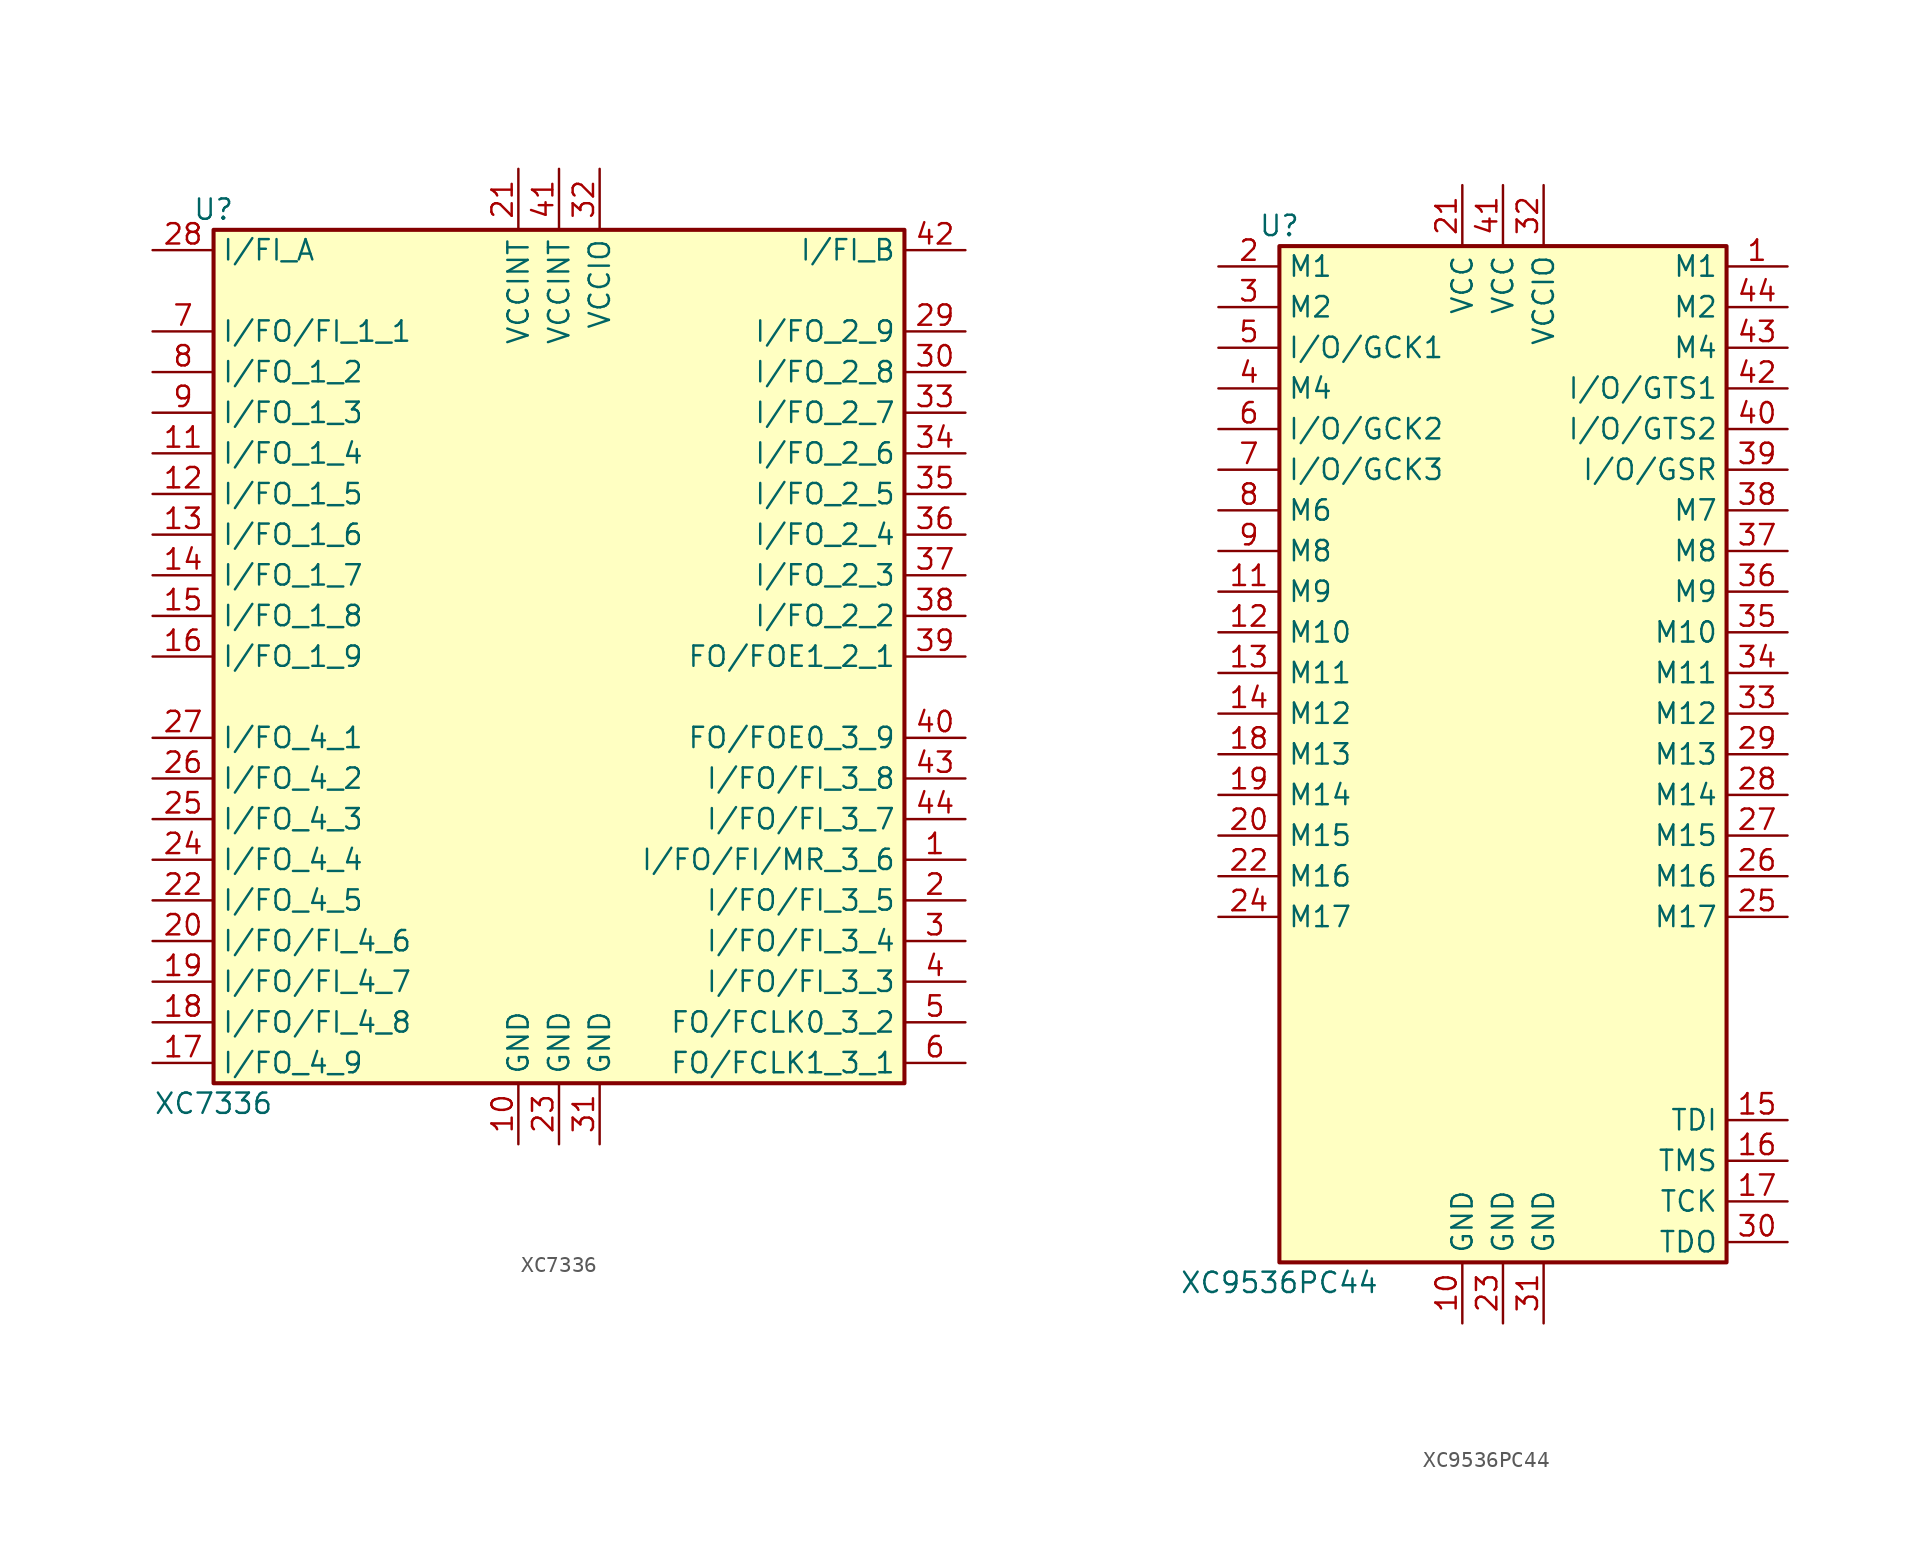
<source format=kicad_sym>
(kicad_symbol_lib
  (version 20201005)
  (generator kicad_symbol_editor)
  (symbol "XC7336"
    (property "Reference" "U"
      (at -21.59 27.94 0)
      (effects (font (size 1.27 1.27))))
    (property "Value" "XC7336"
      (at -21.59 -27.94 0)
      (effects (font (size 1.27 1.27))))
    (symbol "XC7336_1_1"
      (rectangle (start -21.59 26.67) (end 21.59 -26.67) (stroke (width 0.254)) (fill (type background)))
      (pin bidirectional line (at 25.4 -12.7 180) (length 3.81) (name "I/FO/FI/MR_3_6" (effects (font (size 1.27 1.27)))) (number "1" (effects (font (size 1.27 1.27)))))
      (pin power_in line (at -2.54 -30.48 90) (length 3.81) (name "GND" (effects (font (size 1.27 1.27)))) (number "10" (effects (font (size 1.27 1.27)))))
      (pin bidirectional line (at -25.4 12.7 0) (length 3.81) (name "I/FO_1_4" (effects (font (size 1.27 1.27)))) (number "11" (effects (font (size 1.27 1.27)))))
      (pin bidirectional line (at -25.4 10.16 0) (length 3.81) (name "I/FO_1_5" (effects (font (size 1.27 1.27)))) (number "12" (effects (font (size 1.27 1.27)))))
      (pin bidirectional line (at -25.4 7.62 0) (length 3.81) (name "I/FO_1_6" (effects (font (size 1.27 1.27)))) (number "13" (effects (font (size 1.27 1.27)))))
      (pin bidirectional line (at -25.4 5.08 0) (length 3.81) (name "I/FO_1_7" (effects (font (size 1.27 1.27)))) (number "14" (effects (font (size 1.27 1.27)))))
      (pin bidirectional line (at -25.4 2.54 0) (length 3.81) (name "I/FO_1_8" (effects (font (size 1.27 1.27)))) (number "15" (effects (font (size 1.27 1.27)))))
      (pin bidirectional line (at -25.4 0 0) (length 3.81) (name "I/FO_1_9" (effects (font (size 1.27 1.27)))) (number "16" (effects (font (size 1.27 1.27)))))
      (pin bidirectional line (at -25.4 -25.4 0) (length 3.81) (name "I/FO_4_9" (effects (font (size 1.27 1.27)))) (number "17" (effects (font (size 1.27 1.27)))))
      (pin bidirectional line (at -25.4 -22.86 0) (length 3.81) (name "I/FO/FI_4_8" (effects (font (size 1.27 1.27)))) (number "18" (effects (font (size 1.27 1.27)))))
      (pin bidirectional line (at -25.4 -20.32 0) (length 3.81) (name "I/FO/FI_4_7" (effects (font (size 1.27 1.27)))) (number "19" (effects (font (size 1.27 1.27)))))
      (pin bidirectional line (at 25.4 -15.24 180) (length 3.81) (name "I/FO/FI_3_5" (effects (font (size 1.27 1.27)))) (number "2" (effects (font (size 1.27 1.27)))))
      (pin bidirectional line (at -25.4 -17.78 0) (length 3.81) (name "I/FO/FI_4_6" (effects (font (size 1.27 1.27)))) (number "20" (effects (font (size 1.27 1.27)))))
      (pin power_in line (at -2.54 30.48 270) (length 3.81) (name "VCCINT" (effects (font (size 1.27 1.27)))) (number "21" (effects (font (size 1.27 1.27)))))
      (pin bidirectional line (at -25.4 -15.24 0) (length 3.81) (name "I/FO_4_5" (effects (font (size 1.27 1.27)))) (number "22" (effects (font (size 1.27 1.27)))))
      (pin power_in line (at 0 -30.48 90) (length 3.81) (name "GND" (effects (font (size 1.27 1.27)))) (number "23" (effects (font (size 1.27 1.27)))))
      (pin bidirectional line (at -25.4 -12.7 0) (length 3.81) (name "I/FO_4_4" (effects (font (size 1.27 1.27)))) (number "24" (effects (font (size 1.27 1.27)))))
      (pin bidirectional line (at -25.4 -10.16 0) (length 3.81) (name "I/FO_4_3" (effects (font (size 1.27 1.27)))) (number "25" (effects (font (size 1.27 1.27)))))
      (pin bidirectional line (at -25.4 -7.62 0) (length 3.81) (name "I/FO_4_2" (effects (font (size 1.27 1.27)))) (number "26" (effects (font (size 1.27 1.27)))))
      (pin bidirectional line (at -25.4 -5.08 0) (length 3.81) (name "I/FO_4_1" (effects (font (size 1.27 1.27)))) (number "27" (effects (font (size 1.27 1.27)))))
      (pin bidirectional line (at -25.4 25.4 0) (length 3.81) (name "I/FI_A" (effects (font (size 1.27 1.27)))) (number "28" (effects (font (size 1.27 1.27)))))
      (pin bidirectional line (at 25.4 20.32 180) (length 3.81) (name "I/FO_2_9" (effects (font (size 1.27 1.27)))) (number "29" (effects (font (size 1.27 1.27)))))
      (pin bidirectional line (at 25.4 -17.78 180) (length 3.81) (name "I/FO/FI_3_4" (effects (font (size 1.27 1.27)))) (number "3" (effects (font (size 1.27 1.27)))))
      (pin bidirectional line (at 25.4 17.78 180) (length 3.81) (name "I/FO_2_8" (effects (font (size 1.27 1.27)))) (number "30" (effects (font (size 1.27 1.27)))))
      (pin power_in line (at 2.54 -30.48 90) (length 3.81) (name "GND" (effects (font (size 1.27 1.27)))) (number "31" (effects (font (size 1.27 1.27)))))
      (pin power_in line (at 2.54 30.48 270) (length 3.81) (name "VCCIO" (effects (font (size 1.27 1.27)))) (number "32" (effects (font (size 1.27 1.27)))))
      (pin bidirectional line (at 25.4 15.24 180) (length 3.81) (name "I/FO_2_7" (effects (font (size 1.27 1.27)))) (number "33" (effects (font (size 1.27 1.27)))))
      (pin bidirectional line (at 25.4 12.7 180) (length 3.81) (name "I/FO_2_6" (effects (font (size 1.27 1.27)))) (number "34" (effects (font (size 1.27 1.27)))))
      (pin bidirectional line (at 25.4 10.16 180) (length 3.81) (name "I/FO_2_5" (effects (font (size 1.27 1.27)))) (number "35" (effects (font (size 1.27 1.27)))))
      (pin bidirectional line (at 25.4 7.62 180) (length 3.81) (name "I/FO_2_4" (effects (font (size 1.27 1.27)))) (number "36" (effects (font (size 1.27 1.27)))))
      (pin bidirectional line (at 25.4 5.08 180) (length 3.81) (name "I/FO_2_3" (effects (font (size 1.27 1.27)))) (number "37" (effects (font (size 1.27 1.27)))))
      (pin bidirectional line (at 25.4 2.54 180) (length 3.81) (name "I/FO_2_2" (effects (font (size 1.27 1.27)))) (number "38" (effects (font (size 1.27 1.27)))))
      (pin bidirectional line (at 25.4 0 180) (length 3.81) (name "FO/FOE1_2_1" (effects (font (size 1.27 1.27)))) (number "39" (effects (font (size 1.27 1.27)))))
      (pin bidirectional line (at 25.4 -20.32 180) (length 3.81) (name "I/FO/FI_3_3" (effects (font (size 1.27 1.27)))) (number "4" (effects (font (size 1.27 1.27)))))
      (pin bidirectional line (at 25.4 -5.08 180) (length 3.81) (name "FO/FOE0_3_9" (effects (font (size 1.27 1.27)))) (number "40" (effects (font (size 1.27 1.27)))))
      (pin power_in line (at 0 30.48 270) (length 3.81) (name "VCCINT" (effects (font (size 1.27 1.27)))) (number "41" (effects (font (size 1.27 1.27)))))
      (pin bidirectional line (at 25.4 25.4 180) (length 3.81) (name "I/FI_B" (effects (font (size 1.27 1.27)))) (number "42" (effects (font (size 1.27 1.27)))))
      (pin bidirectional line (at 25.4 -7.62 180) (length 3.81) (name "I/FO/FI_3_8" (effects (font (size 1.27 1.27)))) (number "43" (effects (font (size 1.27 1.27)))))
      (pin bidirectional line (at 25.4 -10.16 180) (length 3.81) (name "I/FO/FI_3_7" (effects (font (size 1.27 1.27)))) (number "44" (effects (font (size 1.27 1.27)))))
      (pin bidirectional line (at 25.4 -22.86 180) (length 3.81) (name "FO/FCLK0_3_2" (effects (font (size 1.27 1.27)))) (number "5" (effects (font (size 1.27 1.27)))))
      (pin bidirectional line (at 25.4 -25.4 180) (length 3.81) (name "FO/FCLK1_3_1" (effects (font (size 1.27 1.27)))) (number "6" (effects (font (size 1.27 1.27)))))
      (pin bidirectional line (at -25.4 20.32 0) (length 3.81) (name "I/FO/FI_1_1" (effects (font (size 1.27 1.27)))) (number "7" (effects (font (size 1.27 1.27)))))
      (pin bidirectional line (at -25.4 17.78 0) (length 3.81) (name "I/FO_1_2" (effects (font (size 1.27 1.27)))) (number "8" (effects (font (size 1.27 1.27)))))
      (pin bidirectional line (at -25.4 15.24 0) (length 3.81) (name "I/FO_1_3" (effects (font (size 1.27 1.27)))) (number "9" (effects (font (size 1.27 1.27)))))))
  (symbol "XC9536PC44"
    (property "Reference" "U"
      (at -13.97 33.02 0)
      (effects (font (size 1.27 1.27))))
    (property "Value" "XC9536PC44"
      (at -13.97 -33.02 0)
      (effects (font (size 1.27 1.27))))
    (symbol "XC9536PC44_1_1"
      (rectangle (start -13.97 31.75) (end 13.97 -31.75) (stroke (width 0.254)) (fill (type background)))
      (pin bidirectional line (at 17.78 30.48 180) (length 3.81) (name "M1" (effects (font (size 1.27 1.27)))) (number "1" (effects (font (size 1.27 1.27)))))
      (pin power_in line (at -2.54 -35.56 90) (length 3.81) (name "GND" (effects (font (size 1.27 1.27)))) (number "10" (effects (font (size 1.27 1.27)))))
      (pin bidirectional line (at -17.78 10.16 0) (length 3.81) (name "M9" (effects (font (size 1.27 1.27)))) (number "11" (effects (font (size 1.27 1.27)))))
      (pin bidirectional line (at -17.78 7.62 0) (length 3.81) (name "M10" (effects (font (size 1.27 1.27)))) (number "12" (effects (font (size 1.27 1.27)))))
      (pin bidirectional line (at -17.78 5.08 0) (length 3.81) (name "M11" (effects (font (size 1.27 1.27)))) (number "13" (effects (font (size 1.27 1.27)))))
      (pin bidirectional line (at -17.78 2.54 0) (length 3.81) (name "M12" (effects (font (size 1.27 1.27)))) (number "14" (effects (font (size 1.27 1.27)))))
      (pin input line (at 17.78 -22.86 180) (length 3.81) (name "TDI" (effects (font (size 1.27 1.27)))) (number "15" (effects (font (size 1.27 1.27)))))
      (pin input line (at 17.78 -25.4 180) (length 3.81) (name "TMS" (effects (font (size 1.27 1.27)))) (number "16" (effects (font (size 1.27 1.27)))))
      (pin input line (at 17.78 -27.94 180) (length 3.81) (name "TCK" (effects (font (size 1.27 1.27)))) (number "17" (effects (font (size 1.27 1.27)))))
      (pin bidirectional line (at -17.78 0 0) (length 3.81) (name "M13" (effects (font (size 1.27 1.27)))) (number "18" (effects (font (size 1.27 1.27)))))
      (pin bidirectional line (at -17.78 -2.54 0) (length 3.81) (name "M14" (effects (font (size 1.27 1.27)))) (number "19" (effects (font (size 1.27 1.27)))))
      (pin bidirectional line (at -17.78 30.48 0) (length 3.81) (name "M1" (effects (font (size 1.27 1.27)))) (number "2" (effects (font (size 1.27 1.27)))))
      (pin bidirectional line (at -17.78 -5.08 0) (length 3.81) (name "M15" (effects (font (size 1.27 1.27)))) (number "20" (effects (font (size 1.27 1.27)))))
      (pin power_in line (at -2.54 35.56 270) (length 3.81) (name "VCC" (effects (font (size 1.27 1.27)))) (number "21" (effects (font (size 1.27 1.27)))))
      (pin bidirectional line (at -17.78 -7.62 0) (length 3.81) (name "M16" (effects (font (size 1.27 1.27)))) (number "22" (effects (font (size 1.27 1.27)))))
      (pin power_in line (at 0 -35.56 90) (length 3.81) (name "GND" (effects (font (size 1.27 1.27)))) (number "23" (effects (font (size 1.27 1.27)))))
      (pin bidirectional line (at -17.78 -10.16 0) (length 3.81) (name "M17" (effects (font (size 1.27 1.27)))) (number "24" (effects (font (size 1.27 1.27)))))
      (pin bidirectional line (at 17.78 -10.16 180) (length 3.81) (name "M17" (effects (font (size 1.27 1.27)))) (number "25" (effects (font (size 1.27 1.27)))))
      (pin bidirectional line (at 17.78 -7.62 180) (length 3.81) (name "M16" (effects (font (size 1.27 1.27)))) (number "26" (effects (font (size 1.27 1.27)))))
      (pin bidirectional line (at 17.78 -5.08 180) (length 3.81) (name "M15" (effects (font (size 1.27 1.27)))) (number "27" (effects (font (size 1.27 1.27)))))
      (pin bidirectional line (at 17.78 -2.54 180) (length 3.81) (name "M14" (effects (font (size 1.27 1.27)))) (number "28" (effects (font (size 1.27 1.27)))))
      (pin bidirectional line (at 17.78 0 180) (length 3.81) (name "M13" (effects (font (size 1.27 1.27)))) (number "29" (effects (font (size 1.27 1.27)))))
      (pin bidirectional line (at -17.78 27.94 0) (length 3.81) (name "M2" (effects (font (size 1.27 1.27)))) (number "3" (effects (font (size 1.27 1.27)))))
      (pin output line (at 17.78 -30.48 180) (length 3.81) (name "TDO" (effects (font (size 1.27 1.27)))) (number "30" (effects (font (size 1.27 1.27)))))
      (pin power_in line (at 2.54 -35.56 90) (length 3.81) (name "GND" (effects (font (size 1.27 1.27)))) (number "31" (effects (font (size 1.27 1.27)))))
      (pin power_in line (at 2.54 35.56 270) (length 3.81) (name "VCCIO" (effects (font (size 1.27 1.27)))) (number "32" (effects (font (size 1.27 1.27)))))
      (pin bidirectional line (at 17.78 2.54 180) (length 3.81) (name "M12" (effects (font (size 1.27 1.27)))) (number "33" (effects (font (size 1.27 1.27)))))
      (pin bidirectional line (at 17.78 5.08 180) (length 3.81) (name "M11" (effects (font (size 1.27 1.27)))) (number "34" (effects (font (size 1.27 1.27)))))
      (pin bidirectional line (at 17.78 7.62 180) (length 3.81) (name "M10" (effects (font (size 1.27 1.27)))) (number "35" (effects (font (size 1.27 1.27)))))
      (pin bidirectional line (at 17.78 10.16 180) (length 3.81) (name "M9" (effects (font (size 1.27 1.27)))) (number "36" (effects (font (size 1.27 1.27)))))
      (pin bidirectional line (at 17.78 12.7 180) (length 3.81) (name "M8" (effects (font (size 1.27 1.27)))) (number "37" (effects (font (size 1.27 1.27)))))
      (pin bidirectional line (at 17.78 15.24 180) (length 3.81) (name "M7" (effects (font (size 1.27 1.27)))) (number "38" (effects (font (size 1.27 1.27)))))
      (pin bidirectional line (at 17.78 17.78 180) (length 3.81) (name "I/O/GSR" (effects (font (size 1.27 1.27)))) (number "39" (effects (font (size 1.27 1.27)))))
      (pin bidirectional line (at -17.78 22.86 0) (length 3.81) (name "M4" (effects (font (size 1.27 1.27)))) (number "4" (effects (font (size 1.27 1.27)))))
      (pin bidirectional line (at 17.78 20.32 180) (length 3.81) (name "I/O/GTS2" (effects (font (size 1.27 1.27)))) (number "40" (effects (font (size 1.27 1.27)))))
      (pin power_in line (at 0 35.56 270) (length 3.81) (name "VCC" (effects (font (size 1.27 1.27)))) (number "41" (effects (font (size 1.27 1.27)))))
      (pin bidirectional line (at 17.78 22.86 180) (length 3.81) (name "I/O/GTS1" (effects (font (size 1.27 1.27)))) (number "42" (effects (font (size 1.27 1.27)))))
      (pin bidirectional line (at 17.78 25.4 180) (length 3.81) (name "M4" (effects (font (size 1.27 1.27)))) (number "43" (effects (font (size 1.27 1.27)))))
      (pin bidirectional line (at 17.78 27.94 180) (length 3.81) (name "M2" (effects (font (size 1.27 1.27)))) (number "44" (effects (font (size 1.27 1.27)))))
      (pin bidirectional line (at -17.78 25.4 0) (length 3.81) (name "I/O/GCK1" (effects (font (size 1.27 1.27)))) (number "5" (effects (font (size 1.27 1.27)))))
      (pin bidirectional line (at -17.78 20.32 0) (length 3.81) (name "I/O/GCK2" (effects (font (size 1.27 1.27)))) (number "6" (effects (font (size 1.27 1.27)))))
      (pin bidirectional line (at -17.78 17.78 0) (length 3.81) (name "I/O/GCK3" (effects (font (size 1.27 1.27)))) (number "7" (effects (font (size 1.27 1.27)))))
      (pin bidirectional line (at -17.78 15.24 0) (length 3.81) (name "M6" (effects (font (size 1.27 1.27)))) (number "8" (effects (font (size 1.27 1.27)))))
      (pin bidirectional line (at -17.78 12.7 0) (length 3.81) (name "M8" (effects (font (size 1.27 1.27)))) (number "9" (effects (font (size 1.27 1.27))))))))
</source>
